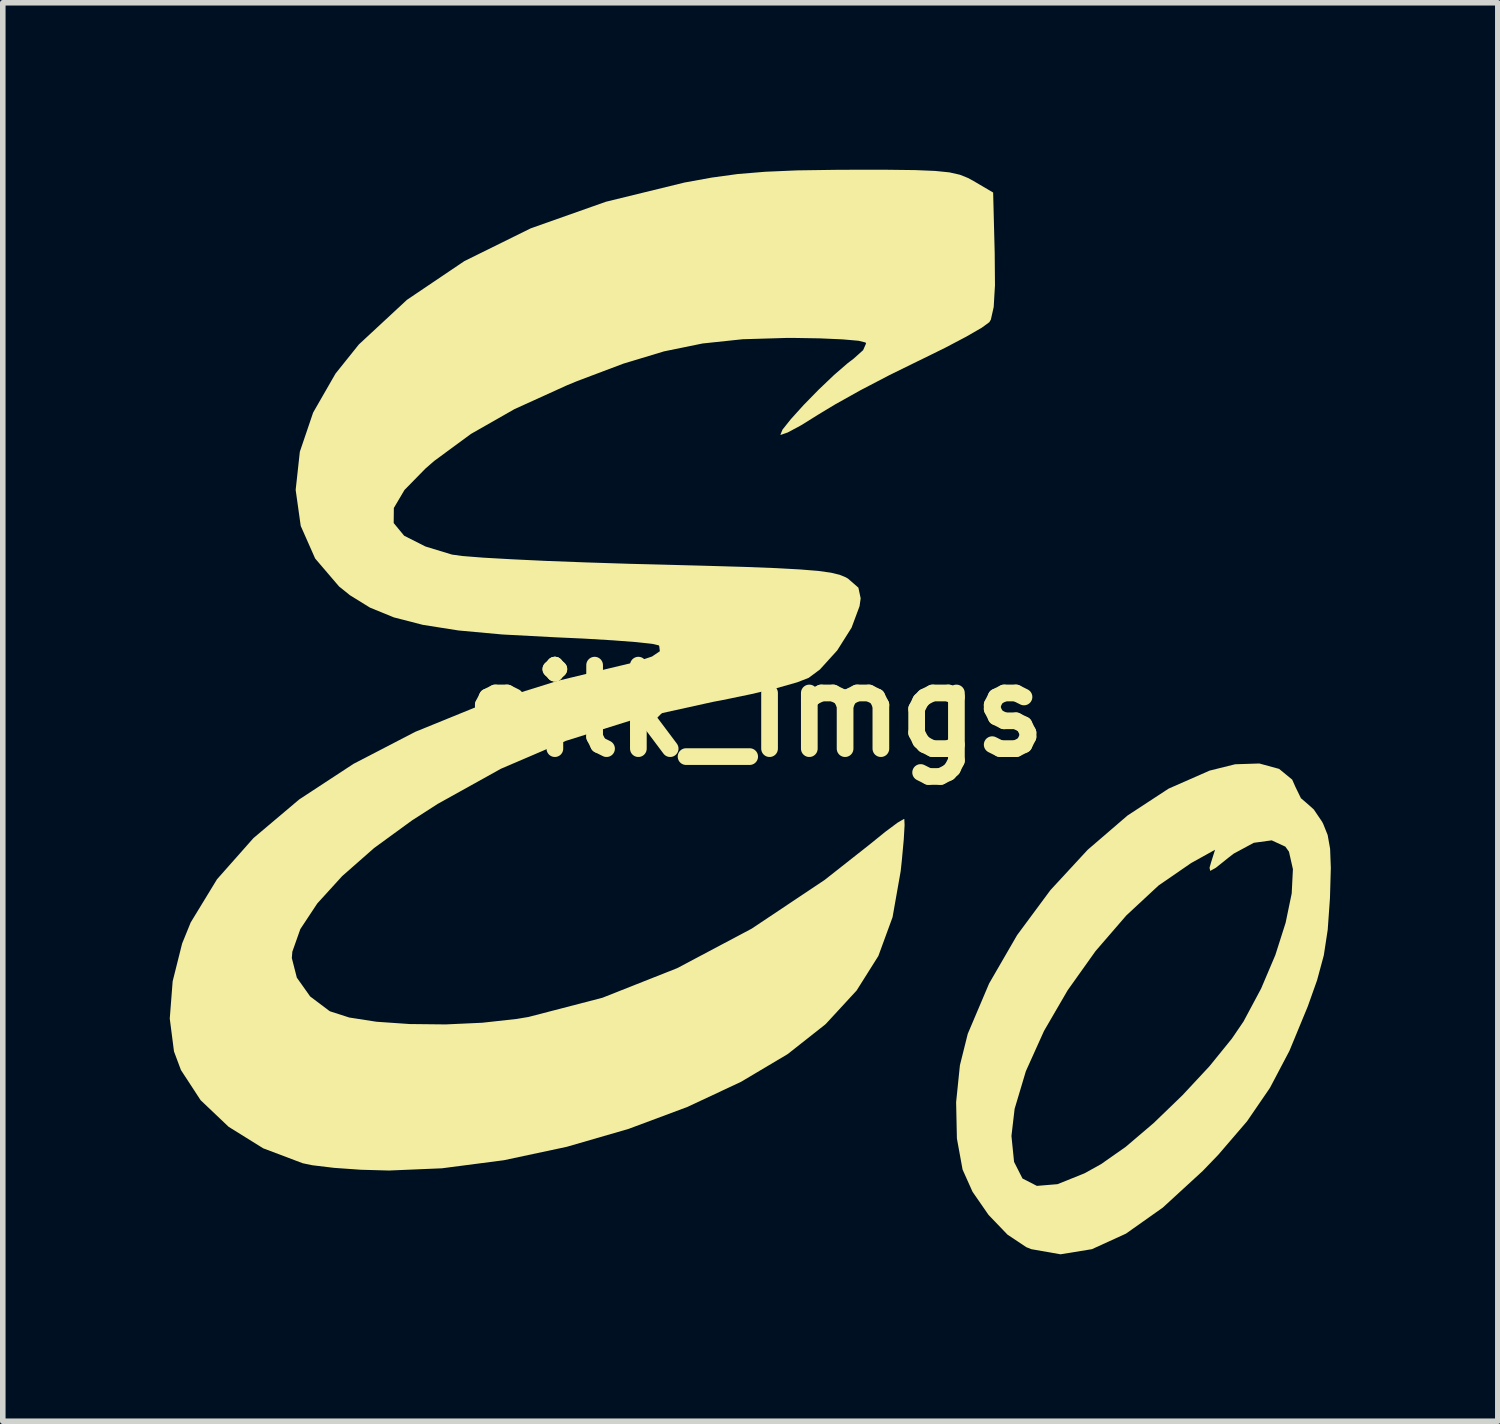
<source format=kicad_pcb>
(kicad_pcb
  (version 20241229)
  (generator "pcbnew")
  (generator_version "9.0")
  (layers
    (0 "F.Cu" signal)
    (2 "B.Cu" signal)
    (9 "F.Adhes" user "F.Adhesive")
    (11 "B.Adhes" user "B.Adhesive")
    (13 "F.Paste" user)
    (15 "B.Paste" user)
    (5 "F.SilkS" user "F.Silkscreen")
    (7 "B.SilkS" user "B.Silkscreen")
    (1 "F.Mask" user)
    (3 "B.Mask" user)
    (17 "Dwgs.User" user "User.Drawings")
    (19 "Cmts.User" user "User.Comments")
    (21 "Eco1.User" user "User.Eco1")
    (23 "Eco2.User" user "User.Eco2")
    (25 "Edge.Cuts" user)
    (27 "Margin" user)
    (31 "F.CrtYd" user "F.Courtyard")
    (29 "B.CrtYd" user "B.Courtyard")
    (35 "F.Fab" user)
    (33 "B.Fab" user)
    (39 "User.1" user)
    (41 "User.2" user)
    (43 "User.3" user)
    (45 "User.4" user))
  (footprint "silk_imgs"
    (layer "F.Cu")
    (at 10.526 9.722)
    (property "Reference" "silk_imgs" (at 0 0 0) (layer "F.SilkS") (effects (font (size 1.5 1.5) (thickness 0.3))))
    (attr board_only exclude_from_pos_files exclude_from_bom)
    (fp_poly (pts (xy 9.405 1.042) (xy 9.64 1.235) (xy 9.698 1.366) (xy 9.797 1.569) (xy 9.893 1.651) (xy 10.027 1.77) (xy 10.178 1.993) (xy 10.197 2.03) (xy 10.277 2.23) (xy 10.321 2.477) (xy 10.334 2.821) (xy 10.32 3.31) (xy 10.318 3.37) (xy 10.278 3.933) (xy 10.208 4.391) (xy 10.087 4.839) (xy 9.92 5.309) (xy 9.59 6.108) (xy 9.24 6.773) (xy 8.829 7.373) (xy 8.312 7.975) (xy 8.032 8.266) (xy 7.315 8.924) (xy 6.653 9.392) (xy 6.042 9.671) (xy 5.477 9.763) (xy 4.953 9.671) (xy 4.863 9.635) (xy 4.525 9.41) (xy 4.185 9.056) (xy 3.897 8.64) (xy 3.718 8.241) (xy 3.616 7.683) (xy 3.615 7.637) (xy 4.596 7.637) (xy 4.643 8.103) (xy 4.794 8.401) (xy 5.053 8.534) (xy 5.424 8.503) (xy 5.909 8.308) (xy 6.206 8.143) (xy 6.647 7.834) (xy 7.151 7.405) (xy 7.669 6.905) (xy 8.154 6.384) (xy 8.556 5.888) (xy 8.765 5.581) (xy 9.081 4.99) (xy 9.337 4.387) (xy 9.522 3.806) (xy 9.631 3.28) (xy 9.653 2.844) (xy 9.582 2.53) (xy 9.517 2.439) (xy 9.272 2.326) (xy 8.95 2.37) (xy 8.588 2.565) (xy 8.494 2.638) (xy 8.269 2.818) (xy 8.167 2.875) (xy 8.155 2.818) (xy 8.181 2.726) (xy 8.254 2.495) (xy 7.824 2.734) (xy 7.24 3.136) (xy 6.66 3.675) (xy 6.107 4.315) (xy 5.606 5.019) (xy 5.181 5.75) (xy 4.855 6.473) (xy 4.653 7.149) (xy 4.596 7.637) (xy 3.615 7.637) (xy 3.602 7.03) (xy 3.67 6.367) (xy 3.811 5.802) (xy 4.195 4.897) (xy 4.698 4.028) (xy 5.297 3.219) (xy 5.966 2.495) (xy 6.681 1.88) (xy 7.419 1.397) (xy 8.156 1.073) (xy 8.615 0.959) (xy 9.049 0.945)) (stroke (width 0) (type solid)) (fill yes) (layer "F.SilkS"))
    (fp_poly (pts (xy 2.371 -9.722) (xy 2.866 -9.716) (xy 3.226 -9.701) (xy 3.482 -9.675) (xy 3.668 -9.633) (xy 3.816 -9.574) (xy 3.915 -9.52) (xy 4.267 -9.313) (xy 4.295 -8.224) (xy 4.3 -7.649) (xy 4.277 -7.256) (xy 4.226 -7.03) (xy 4.199 -6.984) (xy 4.064 -6.885) (xy 3.785 -6.724) (xy 3.403 -6.523) (xy 2.956 -6.303) (xy 2.916 -6.284) (xy 2.399 -6.03) (xy 1.88 -5.759) (xy 1.424 -5.504) (xy 1.126 -5.324) (xy 0.818 -5.132) (xy 0.578 -5.003) (xy 0.452 -4.959) (xy 0.445 -4.962) (xy 0.483 -5.054) (xy 0.635 -5.244) (xy 0.863 -5.496) (xy 1.133 -5.772) (xy 1.409 -6.035) (xy 1.655 -6.248) (xy 1.757 -6.325) (xy 1.931 -6.481) (xy 1.984 -6.601) (xy 1.974 -6.619) (xy 1.847 -6.65) (xy 1.56 -6.675) (xy 1.153 -6.693) (xy 0.665 -6.701) (xy 0.569 -6.701) (xy -0.235 -6.677) (xy -0.953 -6.601) (xy -1.647 -6.459) (xy -2.378 -6.238) (xy -3.205 -5.926) (xy -3.389 -5.85) (xy -4.332 -5.422) (xy -5.113 -4.977) (xy -5.772 -4.493) (xy -5.931 -4.355) (xy -6.309 -3.969) (xy -6.5 -3.646) (xy -6.503 -3.375) (xy -6.315 -3.147) (xy -5.931 -2.953) (xy -5.455 -2.808) (xy -5.262 -2.782) (xy -4.895 -2.753) (xy -4.383 -2.724) (xy -3.753 -2.694) (xy -3.032 -2.667) (xy -2.249 -2.642) (xy -1.839 -2.632) (xy -0.932 -2.608) (xy -0.205 -2.587) (xy 0.366 -2.565) (xy 0.801 -2.541) (xy 1.122 -2.515) (xy 1.352 -2.483) (xy 1.51 -2.445) (xy 1.621 -2.399) (xy 1.66 -2.376) (xy 1.846 -2.214) (xy 1.887 -2.022) (xy 1.867 -1.881) (xy 1.723 -1.494) (xy 1.466 -1.087) (xy 1.154 -0.743) (xy 0.952 -0.593) (xy 0.745 -0.513) (xy 0.386 -0.411) (xy -0.08 -0.301) (xy -0.607 -0.192) (xy -0.762 -0.163) (xy -2.154 0.144) (xy -3.408 0.538) (xy -4.577 1.04) (xy -5.712 1.671) (xy -6.174 1.968) (xy -6.855 2.464) (xy -7.428 2.968) (xy -7.876 3.46) (xy -8.18 3.92) (xy -8.324 4.327) (xy -8.333 4.441) (xy -8.243 4.793) (xy -8.003 5.131) (xy -7.658 5.391) (xy -7.64 5.4) (xy -7.301 5.509) (xy -6.811 5.585) (xy -6.218 5.626) (xy -5.57 5.633) (xy -4.913 5.603) (xy -4.296 5.535) (xy -4.081 5.499) (xy -2.753 5.154) (xy -1.409 4.622) (xy -0.072 3.913) (xy 1.24 3.037) (xy 2.046 2.402) (xy 2.33 2.172) (xy 2.549 2.009) (xy 2.664 1.942) (xy 2.671 1.943) (xy 2.676 2.052) (xy 2.661 2.313) (xy 2.627 2.682) (xy 2.606 2.879) (xy 2.46 3.706) (xy 2.205 4.403) (xy 1.814 5.024) (xy 1.262 5.623) (xy 1.25 5.634) (xy 0.576 6.166) (xy -0.262 6.664) (xy -1.227 7.116) (xy -2.283 7.51) (xy -3.394 7.832) (xy -4.524 8.073) (xy -5.637 8.218) (xy -6.589 8.258) (xy -7.093 8.244) (xy -7.574 8.21) (xy -7.965 8.163) (xy -8.138 8.127) (xy -8.847 7.859) (xy -9.469 7.472) (xy -9.972 6.994) (xy -10.325 6.453) (xy -10.45 6.119) (xy -10.526 5.528) (xy -10.474 4.858) (xy -10.304 4.18) (xy -10.15 3.801) (xy -9.677 3.025) (xy -9.022 2.285) (xy -8.199 1.59) (xy -7.224 0.951) (xy -6.115 0.376) (xy -4.885 -0.125) (xy -3.553 -0.541) (xy -2.66 -0.757) (xy -2.169 -0.875) (xy -1.861 -0.977) (xy -1.721 -1.072) (xy -1.732 -1.166) (xy -1.742 -1.178) (xy -1.862 -1.205) (xy -2.148 -1.236) (xy -2.568 -1.268) (xy -3.087 -1.299) (xy -3.593 -1.322) (xy -4.553 -1.373) (xy -5.34 -1.445) (xy -5.98 -1.546) (xy -6.5 -1.68) (xy -6.928 -1.855) (xy -7.289 -2.078) (xy -7.485 -2.236) (xy -7.914 -2.738) (xy -8.173 -3.323) (xy -8.264 -3.97) (xy -8.189 -4.656) (xy -7.95 -5.36) (xy -7.548 -6.06) (xy -7.129 -6.583) (xy -6.265 -7.385) (xy -5.233 -8.081) (xy -4.04 -8.67) (xy -2.691 -9.147) (xy -1.281 -9.492) (xy -0.791 -9.581) (xy -0.325 -9.645) (xy 0.171 -9.686) (xy 0.748 -9.711) (xy 1.458 -9.721) (xy 1.707 -9.722)) (stroke (width 0) (type solid)) (fill yes) (layer "F.SilkS")))
  (gr_rect
    (start -3 -3)
    (end 23.86 22.485)
    (stroke (width 0.1) (type default))
    (fill no)
    (layer "Edge.Cuts")))
</source>
